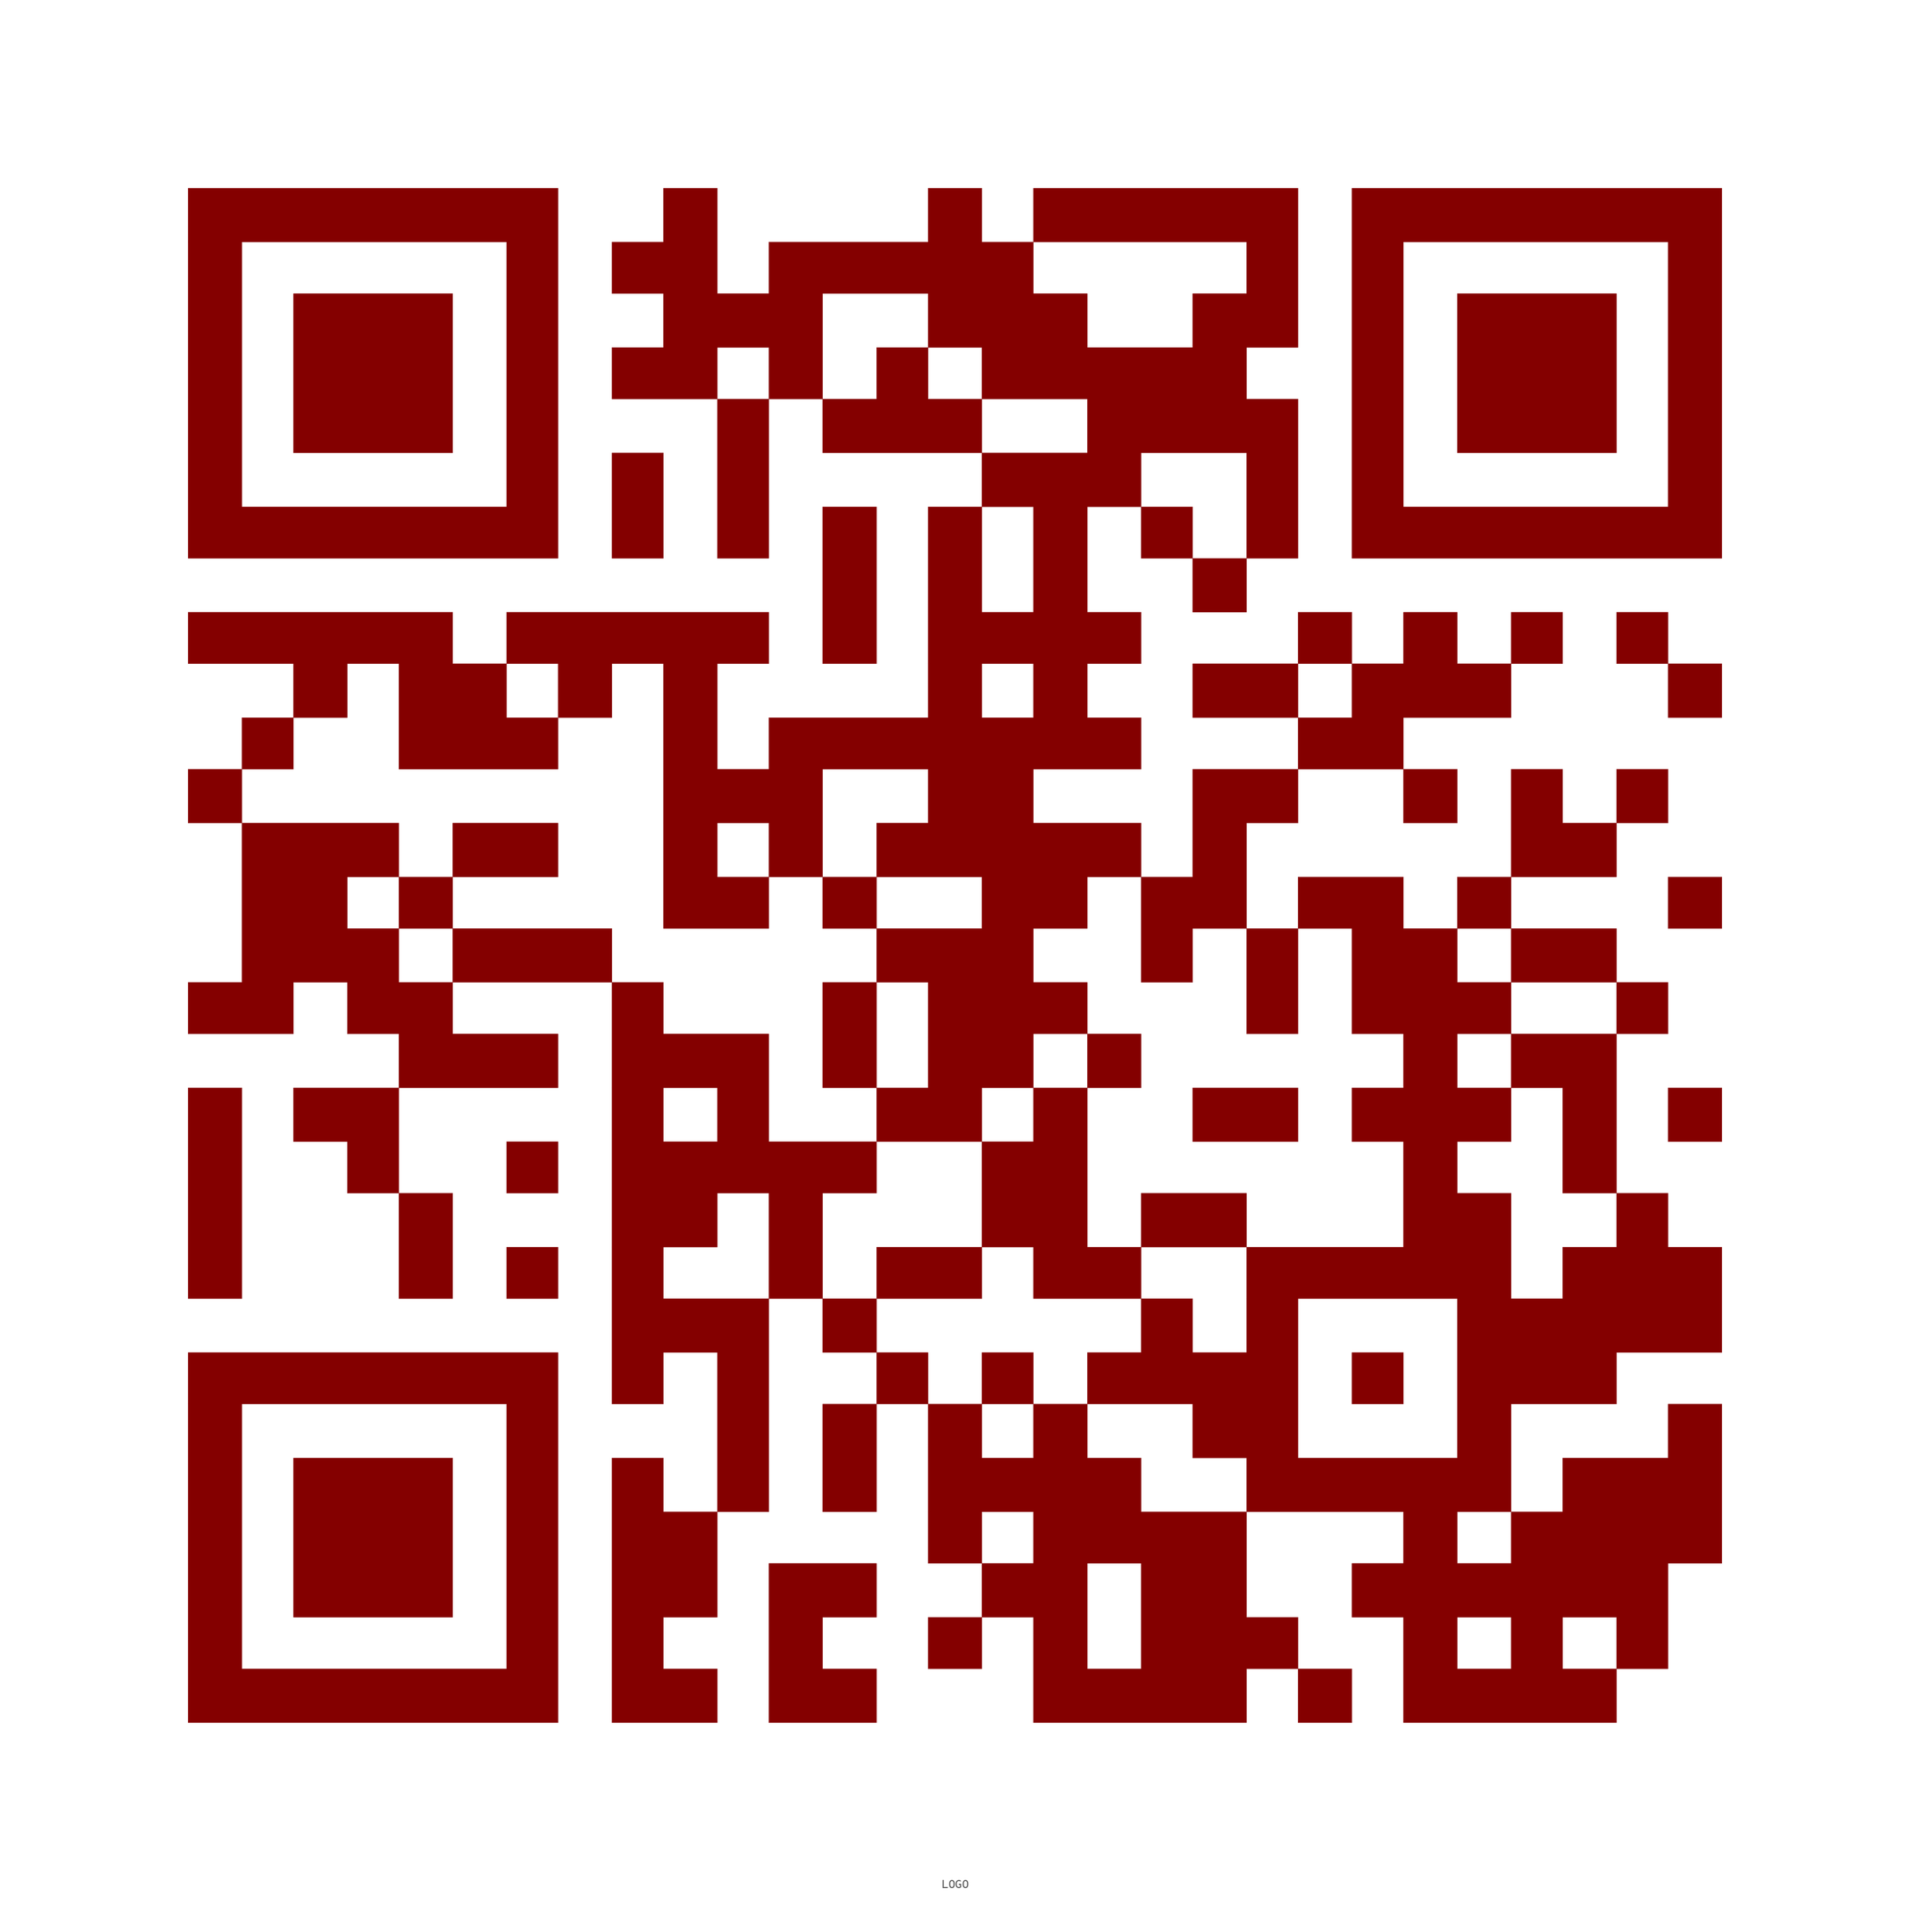
<source format=kicad_sym>
(kicad_symbol_lib
  (version 20210619)
  (generator bitmap2component)
  (symbol "LOGO"
    (pin_names
      (offset 1.016))
    (property "Reference" "#G"
      (at 0 93.939 0)
      (effects (font (size 1.27 1.27)) hide))
    (symbol "LOGO_0_0"
      (polyline (pts (xy -45.936 -45.666) (xy -88.63 -45.666) (xy -88.63 -51.611) (xy -82.415 -51.611) (xy -51.881 -51.611) (xy -51.881 -82.145) (xy -82.415 -82.145) (xy -82.415 -51.611) (xy -88.63 -51.611) (xy -88.63 -88.36) (xy -45.936 -88.36) (xy -45.936 -45.666)) (stroke (width 0.01)) (fill (type outline)))
      (polyline (pts (xy 51.611 27.562) (xy 64.04 27.562) (xy 64.04 33.777) (xy 57.826 33.777) (xy 57.826 39.721) (xy 51.611 39.721) (xy 51.611 33.777) (xy 45.666 33.777) (xy 45.666 39.721) (xy 39.451 39.721) (xy 39.451 33.777) (xy 45.666 33.777) (xy 45.666 27.562) (xy 39.451 27.562) (xy 39.451 33.777) (xy 27.291 33.777) (xy 27.291 27.562) (xy 39.451 27.562) (xy 39.451 21.617) (xy 51.611 21.617) (xy 51.611 27.562)) (stroke (width 0.01)) (fill (type outline)))
      (polyline (pts (xy 69.985 39.721) (xy 64.04 39.721) (xy 64.04 33.777) (xy 69.985 33.777) (xy 69.985 39.721)) (stroke (width 0.01)) (fill (type outline)))
      (polyline (pts (xy 82.145 21.617) (xy 76.2 21.617) (xy 76.2 15.402) (xy 82.145 15.402) (xy 82.145 21.617)) (stroke (width 0.01)) (fill (type outline)))
      (polyline (pts (xy 57.826 21.617) (xy 51.611 21.617) (xy 51.611 15.402) (xy 57.826 15.402) (xy 57.826 21.617)) (stroke (width 0.01)) (fill (type outline)))
      (polyline (pts (xy 76.2 15.402) (xy 69.985 15.402) (xy 69.985 21.617) (xy 64.04 21.617) (xy 64.04 9.187) (xy 76.2 9.187) (xy 76.2 15.402)) (stroke (width 0.01)) (fill (type outline)))
      (polyline (pts (xy 64.04 9.187) (xy 57.826 9.187) (xy 57.826 3.243) (xy 64.04 3.243) (xy 64.04 9.187)) (stroke (width 0.01)) (fill (type outline)))
      (polyline (pts (xy 76.2 3.243) (xy 64.04 3.243) (xy 64.04 -2.972) (xy 76.2 -2.972) (xy 76.2 3.243)) (stroke (width 0.01)) (fill (type outline)))
      (polyline (pts (xy 82.145 -2.972) (xy 76.2 -2.972) (xy 76.2 -8.917) (xy 82.145 -8.917) (xy 82.145 -2.972)) (stroke (width 0.01)) (fill (type outline)))
      (polyline (pts (xy -64.311 -15.132) (xy -76.47 -15.132) (xy -76.47 -21.347) (xy -70.255 -21.347) (xy -70.255 -27.291) (xy -64.311 -27.291) (xy -64.311 -15.132)) (stroke (width 0.01)) (fill (type outline)))
      (polyline (pts (xy -58.096 -27.291) (xy -64.311 -27.291) (xy -64.311 -39.451) (xy -58.096 -39.451) (xy -58.096 -27.291)) (stroke (width 0.01)) (fill (type outline)))
      (polyline (pts (xy -27.562 -82.145) (xy -33.777 -82.145) (xy -33.777 -76.2) (xy -27.562 -76.2) (xy -27.562 -64.04) (xy -33.777 -64.04) (xy -33.777 -57.826) (xy -39.721 -57.826) (xy -39.721 -88.36) (xy -27.562 -88.36) (xy -27.562 -82.145)) (stroke (width 0.01)) (fill (type outline)))
      (polyline (pts (xy 2.972 -76.2) (xy -3.243 -76.2) (xy -3.243 -82.145) (xy 2.972 -82.145) (xy 2.972 -76.2)) (stroke (width 0.01)) (fill (type outline)))
      (polyline (pts (xy 39.451 45.936) (xy 39.451 64.311) (xy 33.506 64.311) (xy 33.506 70.255) (xy 39.451 70.255) (xy 39.451 88.63) (xy 8.917 88.63) (xy 8.917 82.415) (xy 33.506 82.415) (xy 33.506 76.47) (xy 27.291 76.47) (xy 27.291 70.255) (xy 15.132 70.255) (xy 15.132 76.47) (xy 8.917 76.47) (xy 8.917 82.415) (xy 2.972 82.415) (xy 2.972 88.63) (xy -3.243 88.63) (xy -3.243 82.415) (xy -21.617 82.415) (xy -21.617 76.47) (xy -15.402 76.47) (xy -3.243 76.47) (xy -3.243 70.255) (xy 2.972 70.255) (xy 2.972 64.311) (xy 15.132 64.311) (xy 15.132 58.096) (xy 21.347 58.096) (xy 33.506 58.096) (xy 33.506 45.936) (xy 27.291 45.936) (xy 27.291 51.881) (xy 21.347 51.881) (xy 21.347 58.096) (xy 15.132 58.096) (xy 2.972 58.096) (xy 2.972 64.311) (xy -3.243 64.311) (xy -3.243 70.255) (xy -9.187 70.255) (xy -9.187 64.311) (xy -15.402 64.311) (xy -15.402 76.47) (xy -21.617 76.47) (xy -27.562 76.47) (xy -27.562 88.63) (xy -33.777 88.63) (xy -33.777 82.415) (xy -39.721 82.415) (xy -39.721 76.47) (xy -33.777 76.47) (xy -33.777 70.255) (xy -27.562 70.255) (xy -21.617 70.255) (xy -21.617 64.311) (xy -27.562 64.311) (xy -27.562 70.255) (xy -33.777 70.255) (xy -39.721 70.255) (xy -39.721 64.311) (xy -27.562 64.311) (xy -27.562 45.936) (xy -21.617 45.936) (xy -21.617 64.311) (xy -15.402 64.311) (xy -15.402 58.096) (xy 2.972 58.096) (xy 2.972 51.881) (xy 8.917 51.881) (xy 8.917 39.721) (xy 2.972 39.721) (xy 2.972 51.881) (xy -3.243 51.881) (xy -3.243 33.777) (xy 2.972 33.777) (xy 8.917 33.777) (xy 8.917 27.562) (xy 2.972 27.562) (xy 2.972 33.777) (xy -3.243 33.777) (xy -3.243 27.562) (xy -21.617 27.562) (xy -21.617 21.617) (xy -27.562 21.617) (xy -27.562 33.777) (xy -21.617 33.777) (xy -21.617 39.721) (xy -51.881 39.721) (xy -51.881 33.777) (xy -45.936 33.777) (xy -45.936 27.562) (xy -51.881 27.562) (xy -51.881 33.777) (xy -58.096 33.777) (xy -58.096 39.721) (xy -88.63 39.721) (xy -88.63 33.777) (xy -76.47 33.777) (xy -76.47 27.562) (xy -82.415 27.562) (xy -82.415 21.617) (xy -76.47 21.617) (xy -76.47 27.562) (xy -70.255 27.562) (xy -70.255 33.777) (xy -64.311 33.777) (xy -64.311 21.617) (xy -45.936 21.617) (xy -45.936 27.562) (xy -39.721 27.562) (xy -39.721 33.777) (xy -33.777 33.777) (xy -33.777 15.402) (xy -27.562 15.402) (xy -21.617 15.402) (xy -21.617 9.187) (xy -27.562 9.187) (xy -27.562 15.402) (xy -33.777 15.402) (xy -33.777 3.243) (xy -21.617 3.243) (xy -21.617 9.187) (xy -15.402 9.187) (xy -15.402 21.617) (xy -3.243 21.617) (xy -3.243 15.402) (xy -9.187 15.402) (xy -9.187 9.187) (xy 2.972 9.187) (xy 2.972 3.243) (xy -9.187 3.243) (xy -9.187 -2.972) (xy -3.243 -2.972) (xy -3.243 -15.132) (xy -9.187 -15.132) (xy -9.187 -21.347) (xy -21.617 -21.347) (xy -21.617 -8.917) (xy -33.777 -8.917) (xy -33.777 -2.972) (xy -39.721 -2.972) (xy -39.721 3.243) (xy -58.096 3.243) (xy -58.096 -2.972) (xy -64.311 -2.972) (xy -64.311 3.243) (xy -70.255 3.243) (xy -70.255 9.187) (xy -64.311 9.187) (xy -64.311 15.402) (xy -82.415 15.402) (xy -82.415 21.617) (xy -88.63 21.617) (xy -88.63 15.402) (xy -82.415 15.402) (xy -82.415 -2.972) (xy -88.63 -2.972) (xy -88.63 -8.917) (xy -76.47 -8.917) (xy -76.47 -2.972) (xy -70.255 -2.972) (xy -70.255 -8.917) (xy -64.311 -8.917) (xy -64.311 -15.132) (xy -45.936 -15.132) (xy -45.936 -8.917) (xy -58.096 -8.917) (xy -58.096 -2.972) (xy -39.721 -2.972) (xy -39.721 -15.132) (xy -33.777 -15.132) (xy -27.562 -15.132) (xy -27.562 -21.347) (xy -33.777 -21.347) (xy -33.777 -15.132) (xy -39.721 -15.132) (xy -39.721 -33.506) (xy -33.777 -33.506) (xy -27.562 -33.506) (xy -27.562 -27.291) (xy -21.617 -27.291) (xy -15.402 -27.291) (xy -9.187 -27.291) (xy -9.187 -21.347) (xy 2.972 -21.347) (xy 2.972 -15.132) (xy 8.917 -15.132) (xy 8.917 -8.917) (xy 15.132 -8.917) (xy 15.132 -2.972) (xy 8.917 -2.972) (xy 8.917 3.243) (xy 15.132 3.243) (xy 15.132 9.187) (xy 21.347 9.187) (xy 21.347 -2.972) (xy 27.291 -2.972) (xy 27.291 3.243) (xy 33.506 3.243) (xy 33.506 -8.917) (xy 39.451 -8.917) (xy 39.451 3.243) (xy 45.666 3.243) (xy 45.666 -8.917) (xy 51.611 -8.917) (xy 57.826 -8.917) (xy 64.04 -8.917) (xy 64.04 -15.132) (xy 57.826 -15.132) (xy 57.826 -8.917) (xy 51.611 -8.917) (xy 51.611 -15.132) (xy 45.666 -15.132) (xy 45.666 -21.347) (xy 51.611 -21.347) (xy 57.826 -21.347) (xy 64.04 -21.347) (xy 64.04 -15.132) (xy 69.985 -15.132) (xy 69.985 -27.291) (xy 76.2 -27.291) (xy 76.2 -33.506) (xy 69.985 -33.506) (xy 69.985 -39.451) (xy 64.04 -39.451) (xy 64.04 -27.291) (xy 57.826 -27.291) (xy 57.826 -21.347) (xy 51.611 -21.347) (xy 51.611 -33.506) (xy 33.506 -33.506) (xy 33.506 -39.451) (xy 39.451 -39.451) (xy 57.826 -39.451) (xy 57.826 -57.826) (xy 39.451 -57.826) (xy 39.451 -39.451) (xy 33.506 -39.451) (xy 33.506 -45.666) (xy 27.291 -45.666) (xy 27.291 -39.451) (xy 21.347 -39.451) (xy 21.347 -45.666) (xy 15.132 -45.666) (xy 15.132 -51.611) (xy 27.291 -51.611) (xy 27.291 -57.826) (xy 33.506 -57.826) (xy 33.506 -64.04) (xy 21.347 -64.04) (xy 21.347 -57.826) (xy 15.132 -57.826) (xy 15.132 -51.611) (xy 8.917 -51.611) (xy 8.917 -57.826) (xy 2.972 -57.826) (xy 2.972 -51.611) (xy -3.243 -51.611) (xy -3.243 -45.666) (xy -9.187 -45.666) (xy -9.187 -39.451) (xy -15.402 -39.451) (xy -15.402 -27.291) (xy -21.617 -27.291) (xy -21.617 -39.451) (xy -33.777 -39.451) (xy -33.777 -33.506) (xy -39.721 -33.506) (xy -39.721 -51.611) (xy -33.777 -51.611) (xy -33.777 -45.666) (xy -27.562 -45.666) (xy -27.562 -64.04) (xy -21.617 -64.04) (xy -21.617 -39.451) (xy -15.402 -39.451) (xy -15.402 -45.666) (xy -9.187 -45.666) (xy -9.187 -51.611) (xy -3.243 -51.611) (xy -3.243 -64.04) (xy 2.972 -64.04) (xy 8.917 -64.04) (xy 8.917 -69.985) (xy 15.132 -69.985) (xy 21.347 -69.985) (xy 21.347 -82.145) (xy 15.132 -82.145) (xy 15.132 -69.985) (xy 8.917 -69.985) (xy 2.972 -69.985) (xy 2.972 -64.04) (xy -3.243 -64.04) (xy -3.243 -69.985) (xy 2.972 -69.985) (xy 2.972 -76.2) (xy 8.917 -76.2) (xy 8.917 -88.36) (xy 33.506 -88.36) (xy 33.506 -82.145) (xy 39.451 -82.145) (xy 39.451 -76.2) (xy 33.506 -76.2) (xy 33.506 -64.04) (xy 51.611 -64.04) (xy 57.826 -64.04) (xy 64.04 -64.04) (xy 64.04 -69.985) (xy 57.826 -69.985) (xy 57.826 -64.04) (xy 51.611 -64.04) (xy 51.611 -69.985) (xy 45.666 -69.985) (xy 45.666 -76.2) (xy 51.611 -76.2) (xy 57.826 -76.2) (xy 64.04 -76.2) (xy 69.985 -76.2) (xy 76.2 -76.2) (xy 76.2 -82.145) (xy 69.985 -82.145) (xy 69.985 -76.2) (xy 64.04 -76.2) (xy 64.04 -82.145) (xy 57.826 -82.145) (xy 57.826 -76.2) (xy 51.611 -76.2) (xy 51.611 -88.36) (xy 76.2 -88.36) (xy 76.2 -82.145) (xy 82.145 -82.145) (xy 82.145 -69.985) (xy 88.36 -69.985) (xy 88.36 -51.611) (xy 82.145 -51.611) (xy 82.145 -57.826) (xy 69.985 -57.826) (xy 69.985 -64.04) (xy 64.04 -64.04) (xy 64.04 -51.611) (xy 76.2 -51.611) (xy 76.2 -45.666) (xy 88.36 -45.666) (xy 88.36 -33.506) (xy 82.145 -33.506) (xy 82.145 -27.291) (xy 76.2 -27.291) (xy 76.2 -8.917) (xy 64.04 -8.917) (xy 64.04 -2.972) (xy 57.826 -2.972) (xy 57.826 3.243) (xy 51.611 3.243) (xy 51.611 9.187) (xy 39.451 9.187) (xy 39.451 3.243) (xy 33.506 3.243) (xy 33.506 15.402) (xy 39.451 15.402) (xy 39.451 21.617) (xy 27.291 21.617) (xy 27.291 9.187) (xy 21.347 9.187) (xy 21.347 15.402) (xy 8.917 15.402) (xy 8.917 21.617) (xy 21.347 21.617) (xy 21.347 27.562) (xy 15.132 27.562) (xy 15.132 33.777) (xy 21.347 33.777) (xy 21.347 39.721) (xy 15.132 39.721) (xy 15.132 51.881) (xy 21.347 51.881) (xy 21.347 45.936) (xy 27.291 45.936) (xy 27.291 39.721) (xy 33.506 39.721) (xy 33.506 45.936) (xy 39.451 45.936)) (stroke (width 0.01)) (fill (type outline)))
      (polyline (pts (xy -9.187 -51.611) (xy -15.402 -51.611) (xy -15.402 -64.04) (xy -9.187 -64.04) (xy -9.187 -51.611)) (stroke (width 0.01)) (fill (type outline)))
      (polyline (pts (xy 45.666 -82.145) (xy 39.451 -82.145) (xy 39.451 -88.36) (xy 45.666 -88.36) (xy 45.666 -82.145)) (stroke (width 0.01)) (fill (type outline)))
      (polyline (pts (xy -9.187 -82.145) (xy -15.402 -82.145) (xy -15.402 -76.2) (xy -9.187 -76.2) (xy -9.187 -69.985) (xy -21.617 -69.985) (xy -21.617 -88.36) (xy -9.187 -88.36) (xy -9.187 -82.145)) (stroke (width 0.01)) (fill (type outline)))
      (polyline (pts (xy -82.415 -15.132) (xy -88.63 -15.132) (xy -88.63 -39.451) (xy -82.415 -39.451) (xy -82.415 -15.132)) (stroke (width 0.01)) (fill (type outline)))
      (polyline (pts (xy -45.936 -33.506) (xy -51.881 -33.506) (xy -51.881 -39.451) (xy -45.936 -39.451) (xy -45.936 -33.506)) (stroke (width 0.01)) (fill (type outline)))
      (polyline (pts (xy -45.936 -21.347) (xy -51.881 -21.347) (xy -51.881 -27.291) (xy -45.936 -27.291) (xy -45.936 -21.347)) (stroke (width 0.01)) (fill (type outline)))
      (polyline (pts (xy 88.36 -15.132) (xy 82.145 -15.132) (xy 82.145 -21.347) (xy 88.36 -21.347) (xy 88.36 -15.132)) (stroke (width 0.01)) (fill (type outline)))
      (polyline (pts (xy 88.36 9.187) (xy 82.145 9.187) (xy 82.145 3.243) (xy 88.36 3.243) (xy 88.36 9.187)) (stroke (width 0.01)) (fill (type outline)))
      (polyline (pts (xy 82.145 39.721) (xy 76.2 39.721) (xy 76.2 33.777) (xy 82.145 33.777) (xy 82.145 39.721)) (stroke (width 0.01)) (fill (type outline)))
      (polyline (pts (xy 88.36 33.777) (xy 82.145 33.777) (xy 82.145 27.562) (xy 88.36 27.562) (xy 88.36 33.777)) (stroke (width 0.01)) (fill (type outline)))
      (polyline (pts (xy -9.187 51.881) (xy -15.402 51.881) (xy -15.402 33.777) (xy -9.187 33.777) (xy -9.187 51.881)) (stroke (width 0.01)) (fill (type outline)))
      (polyline (pts (xy -45.936 88.63) (xy -88.63 88.63) (xy -88.63 82.415) (xy -82.415 82.415) (xy -51.881 82.415) (xy -51.881 51.881) (xy -82.415 51.881) (xy -82.415 82.415) (xy -88.63 82.415) (xy -88.63 45.936) (xy -45.936 45.936) (xy -45.936 88.63)) (stroke (width 0.01)) (fill (type outline)))
      (polyline (pts (xy -33.777 58.096) (xy -39.721 58.096) (xy -39.721 45.936) (xy -33.777 45.936) (xy -33.777 58.096)) (stroke (width 0.01)) (fill (type outline)))
      (polyline (pts (xy 88.36 88.63) (xy 45.666 88.63) (xy 45.666 82.415) (xy 51.611 82.415) (xy 82.145 82.415) (xy 82.145 51.881) (xy 51.611 51.881) (xy 51.611 82.415) (xy 45.666 82.415) (xy 45.666 45.936) (xy 88.36 45.936) (xy 88.36 88.63)) (stroke (width 0.01)) (fill (type outline)))
      (polyline (pts (xy -58.096 -57.826) (xy -76.47 -57.826) (xy -76.47 -76.2) (xy -58.096 -76.2) (xy -58.096 -57.826)) (stroke (width 0.01)) (fill (type outline)))
      (polyline (pts (xy 8.917 -45.666) (xy 2.972 -45.666) (xy 2.972 -51.611) (xy 8.917 -51.611) (xy 8.917 -45.666)) (stroke (width 0.01)) (fill (type outline)))
      (polyline (pts (xy 21.347 -8.917) (xy 15.132 -8.917) (xy 15.132 -15.132) (xy 21.347 -15.132) (xy 21.347 -8.917)) (stroke (width 0.01)) (fill (type outline)))
      (polyline (pts (xy 21.347 -33.506) (xy 15.132 -33.506) (xy 15.132 -15.132) (xy 8.917 -15.132) (xy 8.917 -21.347) (xy 2.972 -21.347) (xy 2.972 -33.506) (xy 8.917 -33.506) (xy 8.917 -39.451) (xy 21.347 -39.451) (xy 21.347 -33.506)) (stroke (width 0.01)) (fill (type outline)))
      (polyline (pts (xy 33.506 -27.291) (xy 21.347 -27.291) (xy 21.347 -33.506) (xy 33.506 -33.506) (xy 33.506 -27.291)) (stroke (width 0.01)) (fill (type outline)))
      (polyline (pts (xy 2.972 -33.506) (xy -9.187 -33.506) (xy -9.187 -39.451) (xy 2.972 -39.451) (xy 2.972 -33.506)) (stroke (width 0.01)) (fill (type outline)))
      (polyline (pts (xy 39.451 -15.132) (xy 27.291 -15.132) (xy 27.291 -21.347) (xy 39.451 -21.347) (xy 39.451 -15.132)) (stroke (width 0.01)) (fill (type outline)))
      (polyline (pts (xy -9.187 -2.972) (xy -15.402 -2.972) (xy -15.402 -15.132) (xy -9.187 -15.132) (xy -9.187 -2.972)) (stroke (width 0.01)) (fill (type outline)))
      (polyline (pts (xy -45.936 15.402) (xy -58.096 15.402) (xy -58.096 9.187) (xy -45.936 9.187) (xy -45.936 15.402)) (stroke (width 0.01)) (fill (type outline)))
      (polyline (pts (xy -58.096 9.187) (xy -64.311 9.187) (xy -64.311 3.243) (xy -58.096 3.243) (xy -58.096 9.187)) (stroke (width 0.01)) (fill (type outline)))
      (polyline (pts (xy -9.187 9.187) (xy -15.402 9.187) (xy -15.402 3.243) (xy -9.187 3.243) (xy -9.187 9.187)) (stroke (width 0.01)) (fill (type outline)))
      (polyline (pts (xy 51.611 -45.666) (xy 45.666 -45.666) (xy 45.666 -51.611) (xy 51.611 -51.611) (xy 51.611 -45.666)) (stroke (width 0.01)) (fill (type outline)))
      (polyline (pts (xy -58.096 76.47) (xy -76.47 76.47) (xy -76.47 58.096) (xy -58.096 58.096) (xy -58.096 76.47)) (stroke (width 0.01)) (fill (type outline)))
      (polyline (pts (xy 76.2 76.47) (xy 57.826 76.47) (xy 57.826 58.096) (xy 76.2 58.096) (xy 76.2 76.47)) (stroke (width 0.01)) (fill (type outline))))))
</source>
